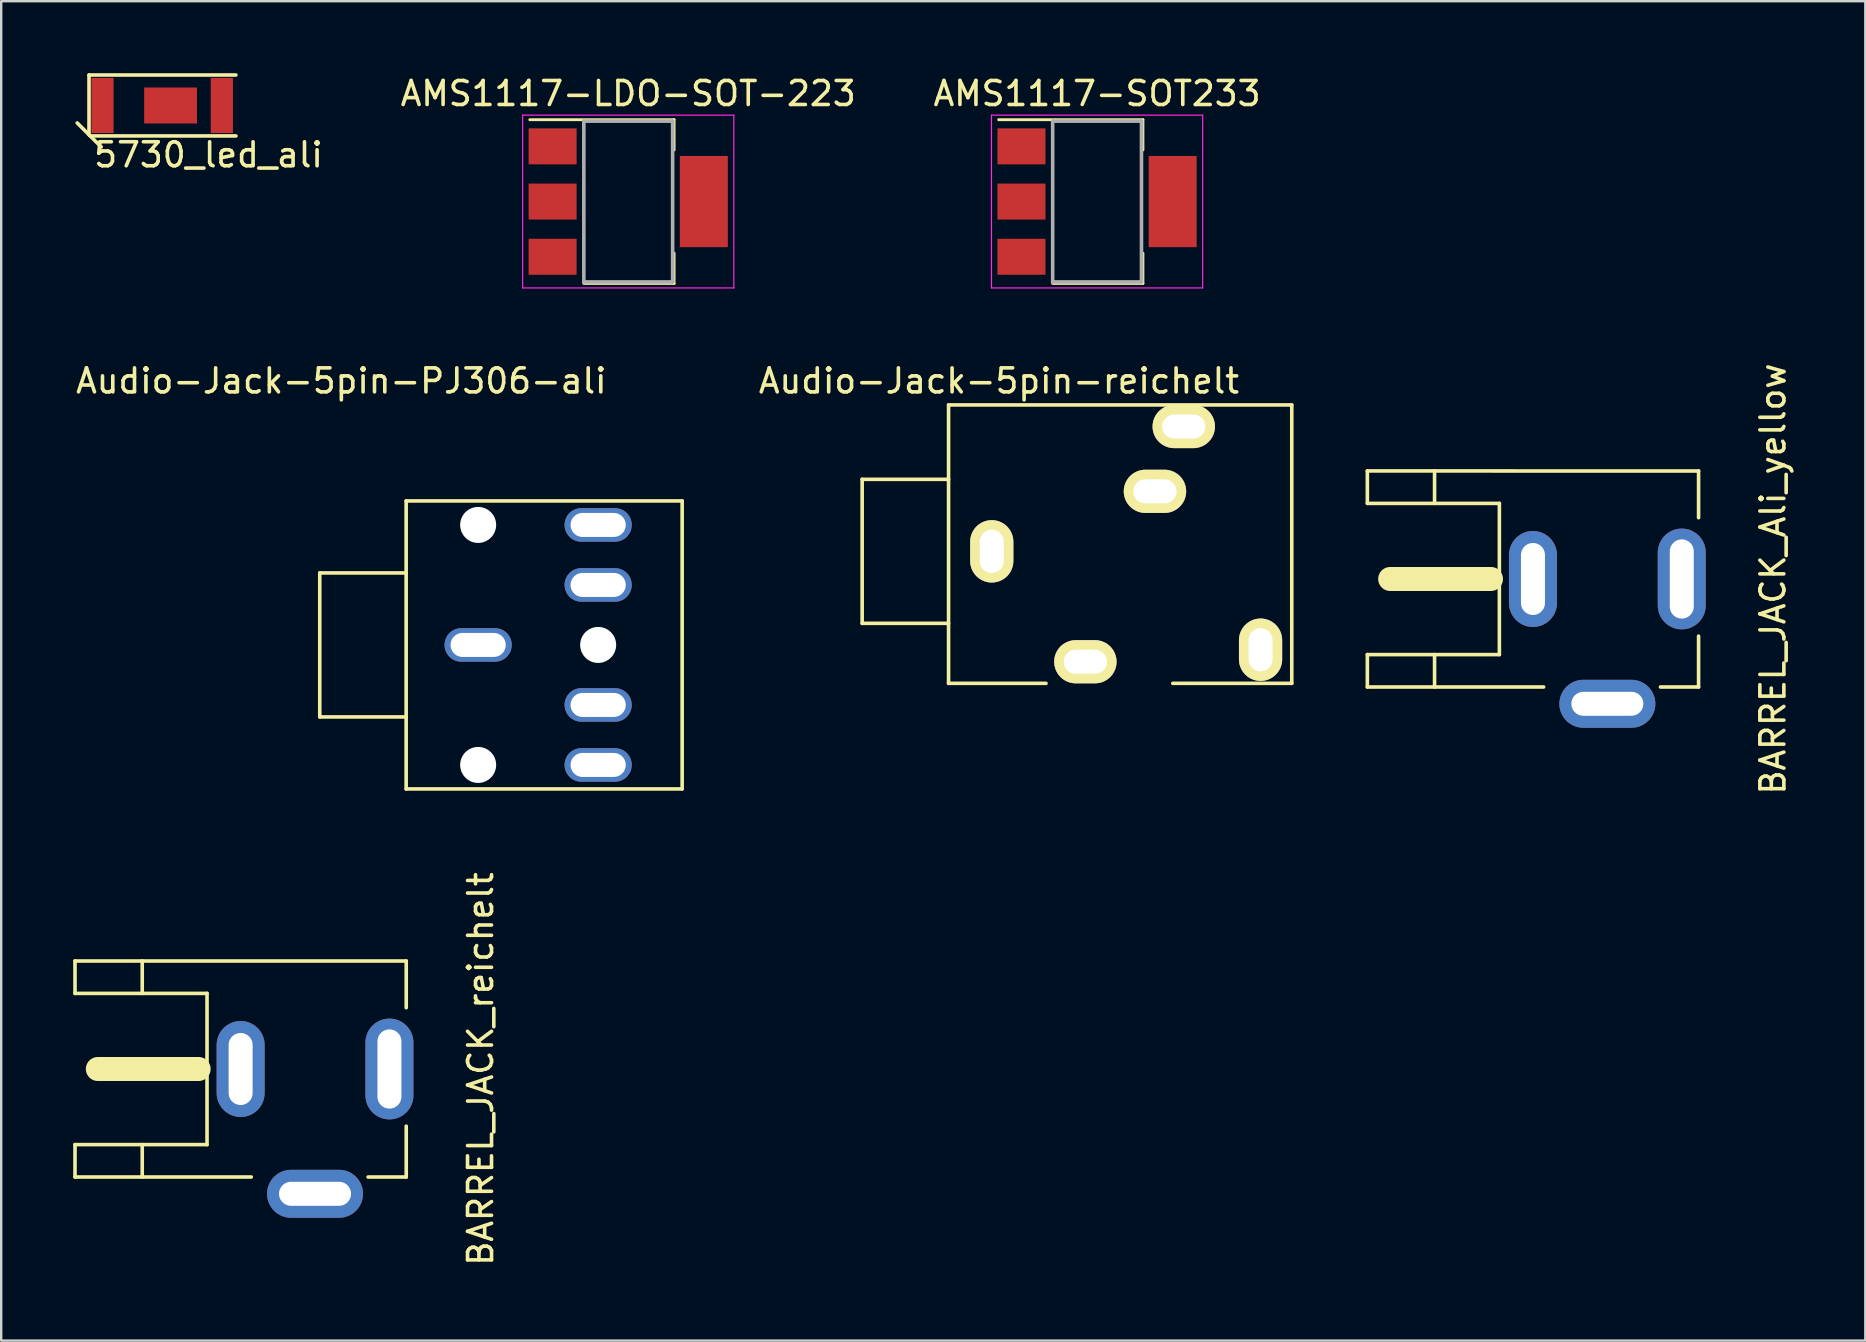
<source format=kicad_pcb>
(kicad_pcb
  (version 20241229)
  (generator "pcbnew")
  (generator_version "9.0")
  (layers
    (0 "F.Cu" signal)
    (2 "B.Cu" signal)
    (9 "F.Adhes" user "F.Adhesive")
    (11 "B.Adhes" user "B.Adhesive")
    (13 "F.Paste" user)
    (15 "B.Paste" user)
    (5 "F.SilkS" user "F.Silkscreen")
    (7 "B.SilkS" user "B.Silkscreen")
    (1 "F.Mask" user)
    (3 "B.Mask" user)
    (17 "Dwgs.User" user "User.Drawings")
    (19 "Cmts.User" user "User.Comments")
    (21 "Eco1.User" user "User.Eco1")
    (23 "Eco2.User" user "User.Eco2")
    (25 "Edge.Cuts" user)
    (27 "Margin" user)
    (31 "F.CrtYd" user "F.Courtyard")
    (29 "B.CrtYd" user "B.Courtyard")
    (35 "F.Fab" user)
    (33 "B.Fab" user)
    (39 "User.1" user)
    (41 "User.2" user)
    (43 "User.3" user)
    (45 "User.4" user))
  (footprint "BARREL_JACK_Ali_yellow"
    (layer "F.Cu")
    (at 63.923 21.074)
    (property "Reference" "BARREL_JACK_Ali_yellow" (at 6.899 0 90) (layer "F.SilkS") (effects (font (size 1 1) (thickness 0.15))))
    (attr through_hole)
    (fp_line (start -10.001 -4.501) (end -10 -3.15) (stroke (width 0.15) (type solid)) (layer "F.SilkS"))
    (fp_line (start -10 -3.15) (end -4.5 -3.15) (stroke (width 0.15) (type solid)) (layer "F.SilkS"))
    (fp_line (start -10 3.15) (end -10.001 4.501) (stroke (width 0.15) (type solid)) (layer "F.SilkS"))
    (fp_line (start -10 3.15) (end -4.5 3.15) (stroke (width 0.15) (type solid)) (layer "F.SilkS"))
    (fp_line (start -7.2 -4.501) (end -7.2 -3.15) (stroke (width 0.15) (type solid)) (layer "F.SilkS"))
    (fp_line (start -7.2 3.15) (end -7.2 4.5) (stroke (width 0.15) (type solid)) (layer "F.SilkS"))
    (fp_line (start -4.85 0) (end -9.05 0) (stroke (width 1) (type solid)) (layer "F.SilkS"))
    (fp_line (start -4.5 -3.15) (end -4.5 3.15) (stroke (width 0.15) (type solid)) (layer "F.SilkS"))
    (fp_line (start -2.656 4.5) (end -10 4.5) (stroke (width 0.15) (type solid)) (layer "F.SilkS"))
    (fp_line (start 3.8 -4.5) (end -10.001 -4.501) (stroke (width 0.15) (type solid)) (layer "F.SilkS"))
    (fp_line (start 3.8 -2.553) (end 3.8 -4.501) (stroke (width 0.15) (type solid)) (layer "F.SilkS"))
    (fp_line (start 3.8 4.501) (end 2.212 4.501) (stroke (width 0.15) (type solid)) (layer "F.SilkS"))
    (fp_line (start 3.8 4.501) (end 3.8 2.382) (stroke (width 0.15) (type solid)) (layer "F.SilkS"))
    (pad "1" thru_hole oval (at 3.1 0) (size 2 4.2) (drill oval 1 3.3) (layers "*.Cu" "*.Mask"))
    (pad "2" thru_hole oval (at -3.1 0) (size 2 4) (drill oval 1 3) (layers "*.Cu" "*.Mask"))
    (pad "3" thru_hole oval (at 0 5.2) (size 4 2) (drill oval 3 1) (layers "*.Cu" "*.Mask")))
  (footprint "Audio-Jack-5pin-PJ306-ali"
    (layer "F.Cu")
    (at 10.273 23.822)
    (property "Reference" "Audio-Jack-5pin-PJ306-ali" (at 0.9 -11 0) (layer "F.SilkS") (effects (font (size 1 1) (thickness 0.15))))
    (attr through_hole)
    (fp_line (start 0 -3) (end 0 3) (stroke (width 0.15) (type solid)) (layer "F.SilkS"))
    (fp_line (start 0 3) (end 3.6 3) (stroke (width 0.15) (type solid)) (layer "F.SilkS"))
    (fp_line (start 3.6 -6) (end 3.6 6) (stroke (width 0.15) (type solid)) (layer "F.SilkS"))
    (fp_line (start 3.6 -6) (end 15.1 -6) (stroke (width 0.15) (type solid)) (layer "F.SilkS"))
    (fp_line (start 3.6 -3) (end 0 -3) (stroke (width 0.15) (type solid)) (layer "F.SilkS"))
    (fp_line (start 3.6 6) (end 15.1 6) (stroke (width 0.15) (type solid)) (layer "F.SilkS"))
    (fp_line (start 15.1 -6) (end 15.1 6) (stroke (width 0.15) (type solid)) (layer "F.SilkS"))
    (pad "" np_thru_hole circle (at 6.6 -5 90) (size 1.5 1.5) (drill 1.5) (layers "*.Cu"))
    (pad "" np_thru_hole circle (at 6.6 5 90) (size 1.5 1.5) (drill 1.5) (layers "*.Cu"))
    (pad "" np_thru_hole circle (at 11.6 0 90) (size 1.5 1.5) (drill 1.5) (layers "*.Cu"))
    (pad "1" thru_hole oval (at 6.6 0 90) (size 1.4 2.8) (drill oval 1 2.3) (layers "*.Cu" "*.Mask"))
    (pad "2" thru_hole oval (at 11.6 -5 90) (size 1.4 2.8) (drill oval 1 2.3) (layers "*.Cu" "*.Mask"))
    (pad "3" thru_hole oval (at 11.6 -2.5 90) (size 1.4 2.8) (drill oval 1 2.3) (layers "*.Cu" "*.Mask"))
    (pad "4" thru_hole oval (at 11.6 2.5 90) (size 1.4 2.8) (drill oval 1 2.3) (layers "*.Cu" "*.Mask"))
    (pad "5" thru_hole oval (at 11.6 5 90) (size 1.4 2.8) (drill oval 1 2.3) (layers "*.Cu" "*.Mask")))
  (footprint "AMS1117-SOT233"
    (placed yes)
    (layer "F.Cu")
    (at 42.661 5.348)
    (property "Reference" "AMS1117-SOT233" (at 0 -4.5 0) (layer "F.SilkS") (effects (font (size 1 1) (thickness 0.15))))
    (attr smd)
    (fp_line (start -4.1 -3.41) (end 1.91 -3.41) (stroke (width 0.12) (type solid)) (layer "F.SilkS"))
    (fp_line (start -1.85 3.41) (end 1.91 3.41) (stroke (width 0.12) (type solid)) (layer "F.SilkS"))
    (fp_line (start 1.91 -3.41) (end 1.91 -2.15) (stroke (width 0.12) (type solid)) (layer "F.SilkS"))
    (fp_line (start 1.91 3.41) (end 1.91 2.15) (stroke (width 0.12) (type solid)) (layer "F.SilkS"))
    (fp_line (start -4.4 -3.6) (end -4.4 3.6) (stroke (width 0.05) (type solid)) (layer "F.CrtYd"))
    (fp_line (start -4.4 3.6) (end 4.4 3.6) (stroke (width 0.05) (type solid)) (layer "F.CrtYd"))
    (fp_line (start 4.4 -3.6) (end -4.4 -3.6) (stroke (width 0.05) (type solid)) (layer "F.CrtYd"))
    (fp_line (start 4.4 3.6) (end 4.4 -3.6) (stroke (width 0.05) (type solid)) (layer "F.CrtYd"))
    (fp_line (start -1.85 -3.35) (end -1.85 3.35) (stroke (width 0.15) (type solid)) (layer "F.Fab"))
    (fp_line (start -1.85 -3.35) (end 1.85 -3.35) (stroke (width 0.15) (type solid)) (layer "F.Fab"))
    (fp_line (start -1.85 3.35) (end 1.85 3.35) (stroke (width 0.15) (type solid)) (layer "F.Fab"))
    (fp_line (start 1.85 -3.35) (end 1.85 3.35) (stroke (width 0.15) (type solid)) (layer "F.Fab"))
    (pad "1" smd rect (at -3.15 -2.3) (size 2 1.5) (layers "F.Cu" "F.Mask" "F.Paste"))
    (pad "2" smd rect (at -3.15 0) (size 2 1.5) (layers "F.Cu" "F.Mask" "F.Paste"))
    (pad "3" smd rect (at -3.15 2.3) (size 2 1.5) (layers "F.Cu" "F.Mask" "F.Paste"))
    (pad "4" smd rect (at 3.15 0) (size 2 3.8) (layers "F.Cu" "F.Mask" "F.Paste")))
  (footprint "Audio-Jack-5pin-reichelt"
    (layer "F.Cu")
    (at 32.873 19.922)
    (property "Reference" "Audio-Jack-5pin-reichelt" (at 5.7 -7.1 0) (layer "F.SilkS") (effects (font (size 1 1) (thickness 0.15))))
    (attr through_hole)
    (fp_line (start 0 -3) (end 0 3) (stroke (width 0.15) (type solid)) (layer "F.SilkS"))
    (fp_line (start 0 3) (end 3.6 3) (stroke (width 0.15) (type solid)) (layer "F.SilkS"))
    (fp_line (start 3.6 -6.1) (end 3.6 5.5) (stroke (width 0.15) (type solid)) (layer "F.SilkS"))
    (fp_line (start 3.6 -6.1) (end 17.9 -6.1) (stroke (width 0.15) (type solid)) (layer "F.SilkS"))
    (fp_line (start 3.6 -3) (end 0 -3) (stroke (width 0.15) (type solid)) (layer "F.SilkS"))
    (fp_line (start 3.6 5.5) (end 7.66 5.5) (stroke (width 0.15) (type solid)) (layer "F.SilkS"))
    (fp_line (start 12.943 5.5) (end 17.9 5.5) (stroke (width 0.15) (type solid)) (layer "F.SilkS"))
    (fp_line (start 17.9 -6.1) (end 17.9 5.5) (stroke (width 0.15) (type solid)) (layer "F.SilkS"))
    (pad "1" thru_hole oval (at 5.4 0 90) (size 2.6 1.8) (drill oval 1.8 1) (layers "*.Cu" "*.Mask" "F.SilkS"))
    (pad "2" thru_hole oval (at 13.4 -5.2 180) (size 2.6 1.8) (drill oval 1.8 1) (layers "*.Cu" "*.Mask" "F.SilkS"))
    (pad "3" thru_hole oval (at 9.3 4.6 180) (size 2.6 1.8) (drill oval 1.8 1) (layers "*.Cu" "*.Mask" "F.SilkS"))
    (pad "4" thru_hole oval (at 12.2 -2.5 180) (size 2.6 1.8) (drill oval 1.8 1) (layers "*.Cu" "*.Mask" "F.SilkS"))
    (pad "5" thru_hole oval (at 16.6 4.1 90) (size 2.6 1.8) (drill oval 1.8 1) (layers "*.Cu" "*.Mask" "F.SilkS")))
  (footprint "AMS1117-LDO-SOT-223"
    (placed yes)
    (layer "F.Cu")
    (at 23.126 5.348)
    (property "Reference" "AMS1117-LDO-SOT-223" (at 0 -4.5 0) (layer "F.SilkS") (effects (font (size 1 1) (thickness 0.15))))
    (attr smd)
    (fp_line (start -4.1 -3.41) (end 1.91 -3.41) (stroke (width 0.12) (type solid)) (layer "F.SilkS"))
    (fp_line (start -1.85 3.41) (end 1.91 3.41) (stroke (width 0.12) (type solid)) (layer "F.SilkS"))
    (fp_line (start 1.91 -3.41) (end 1.91 -2.15) (stroke (width 0.12) (type solid)) (layer "F.SilkS"))
    (fp_line (start 1.91 3.41) (end 1.91 2.15) (stroke (width 0.12) (type solid)) (layer "F.SilkS"))
    (fp_line (start -4.4 -3.6) (end -4.4 3.6) (stroke (width 0.05) (type solid)) (layer "F.CrtYd"))
    (fp_line (start -4.4 3.6) (end 4.4 3.6) (stroke (width 0.05) (type solid)) (layer "F.CrtYd"))
    (fp_line (start 4.4 -3.6) (end -4.4 -3.6) (stroke (width 0.05) (type solid)) (layer "F.CrtYd"))
    (fp_line (start 4.4 3.6) (end 4.4 -3.6) (stroke (width 0.05) (type solid)) (layer "F.CrtYd"))
    (fp_line (start -1.85 -3.35) (end -1.85 3.35) (stroke (width 0.15) (type solid)) (layer "F.Fab"))
    (fp_line (start -1.85 -3.35) (end 1.85 -3.35) (stroke (width 0.15) (type solid)) (layer "F.Fab"))
    (fp_line (start -1.85 3.35) (end 1.85 3.35) (stroke (width 0.15) (type solid)) (layer "F.Fab"))
    (fp_line (start 1.85 -3.35) (end 1.85 3.35) (stroke (width 0.15) (type solid)) (layer "F.Fab"))
    (pad "4" smd rect (at 3.15 0) (size 2 3.8) (layers "F.Cu" "F.Mask" "F.Paste"))
    (pad "GND" smd rect (at -3.15 -2.3) (size 2 1.5) (layers "F.Cu" "F.Mask" "F.Paste"))
    (pad "VI" smd rect (at -3.15 2.3) (size 2 1.5) (layers "F.Cu" "F.Mask" "F.Paste"))
    (pad "VO" smd rect (at -3.15 0) (size 2 1.5) (layers "F.Cu" "F.Mask" "F.Paste")))
  (footprint "5730_led_ali"
    (layer "F.Cu")
    (at 3.707 1.345)
    (property "Reference" "5730_led_ali" (at 1.93 2.057 0) (layer "F.SilkS") (effects (font (size 1 1) (thickness 0.15))))
    (attr through_hole)
    (fp_line (start -3.632 0) (end -3.302 0) (stroke (width 0.15) (type solid)) (layer "F.Mask"))
    (fp_line (start -3.48 -0.178) (end -3.48 0.203) (stroke (width 0.15) (type solid)) (layer "F.Mask"))
    (fp_line (start -3.54 0.727) (end -2.54 1.727) (stroke (width 0.15) (type solid)) (layer "F.SilkS"))
    (fp_line (start -3.048 -1.27) (end -3.048 1.219) (stroke (width 0.15) (type solid)) (layer "F.SilkS"))
    (fp_line (start -3.048 1.219) (end -3.048 1.219) (stroke (width 0.15) (type solid)) (layer "F.SilkS"))
    (fp_line (start 3.073 -1.27) (end -3.048 -1.27) (stroke (width 0.15) (type solid)) (layer "F.SilkS"))
    (fp_line (start 3.073 1.27) (end -2.997 1.27) (stroke (width 0.15) (type solid)) (layer "F.SilkS"))
    (pad "1" smd rect (at -2.487 0) (size 0.925 2.3) (layers "F.Cu" "F.Mask" "F.Paste"))
    (pad "2" smd rect (at 2.487 0) (size 0.925 2.3) (layers "F.Cu" "F.Mask" "F.Paste"))
    (pad "3" smd rect (at 0.35 0) (size 2.2 1.5) (layers "F.Cu" "F.Mask" "F.Paste")))
  (footprint "BARREL_JACK_reichelt"
    (layer "F.Cu")
    (at 10.076 41.491)
    (property "Reference" "BARREL_JACK_reichelt" (at 6.899 0 90) (layer "F.SilkS") (effects (font (size 1 1) (thickness 0.15))))
    (attr through_hole)
    (fp_line (start -10.001 -4.501) (end -10 -3.15) (stroke (width 0.15) (type solid)) (layer "F.SilkS"))
    (fp_line (start -10 -3.15) (end -4.5 -3.15) (stroke (width 0.15) (type solid)) (layer "F.SilkS"))
    (fp_line (start -10 3.15) (end -10.001 4.501) (stroke (width 0.15) (type solid)) (layer "F.SilkS"))
    (fp_line (start -10 3.15) (end -4.5 3.15) (stroke (width 0.15) (type solid)) (layer "F.SilkS"))
    (fp_line (start -7.2 -4.501) (end -7.2 -3.15) (stroke (width 0.15) (type solid)) (layer "F.SilkS"))
    (fp_line (start -7.2 3.15) (end -7.2 4.5) (stroke (width 0.15) (type solid)) (layer "F.SilkS"))
    (fp_line (start -4.85 0) (end -9.05 0) (stroke (width 1) (type solid)) (layer "F.SilkS"))
    (fp_line (start -4.5 -3.15) (end -4.5 3.15) (stroke (width 0.15) (type solid)) (layer "F.SilkS"))
    (fp_line (start -2.656 4.5) (end -10 4.5) (stroke (width 0.15) (type solid)) (layer "F.SilkS"))
    (fp_line (start 3.8 -4.5) (end -10.001 -4.501) (stroke (width 0.15) (type solid)) (layer "F.SilkS"))
    (fp_line (start 3.8 -2.553) (end 3.8 -4.501) (stroke (width 0.15) (type solid)) (layer "F.SilkS"))
    (fp_line (start 3.8 4.501) (end 2.212 4.501) (stroke (width 0.15) (type solid)) (layer "F.SilkS"))
    (fp_line (start 3.8 4.501) (end 3.8 2.382) (stroke (width 0.15) (type solid)) (layer "F.SilkS"))
    (pad "1" thru_hole oval (at 3.1 0) (size 2 4.2) (drill oval 1 3.3) (layers "*.Cu" "*.Mask"))
    (pad "2" thru_hole oval (at -3.1 0) (size 2 4) (drill oval 1 3) (layers "*.Cu" "*.Mask"))
    (pad "3" thru_hole oval (at 0 5.2) (size 4 2) (drill oval 3 1) (layers "*.Cu" "*.Mask")))
  (gr_rect
    (start -3 -3)
    (end 74.671 52.807)
    (stroke (width 0.1) (type default))
    (fill no)
    (layer "Edge.Cuts")))
</source>
